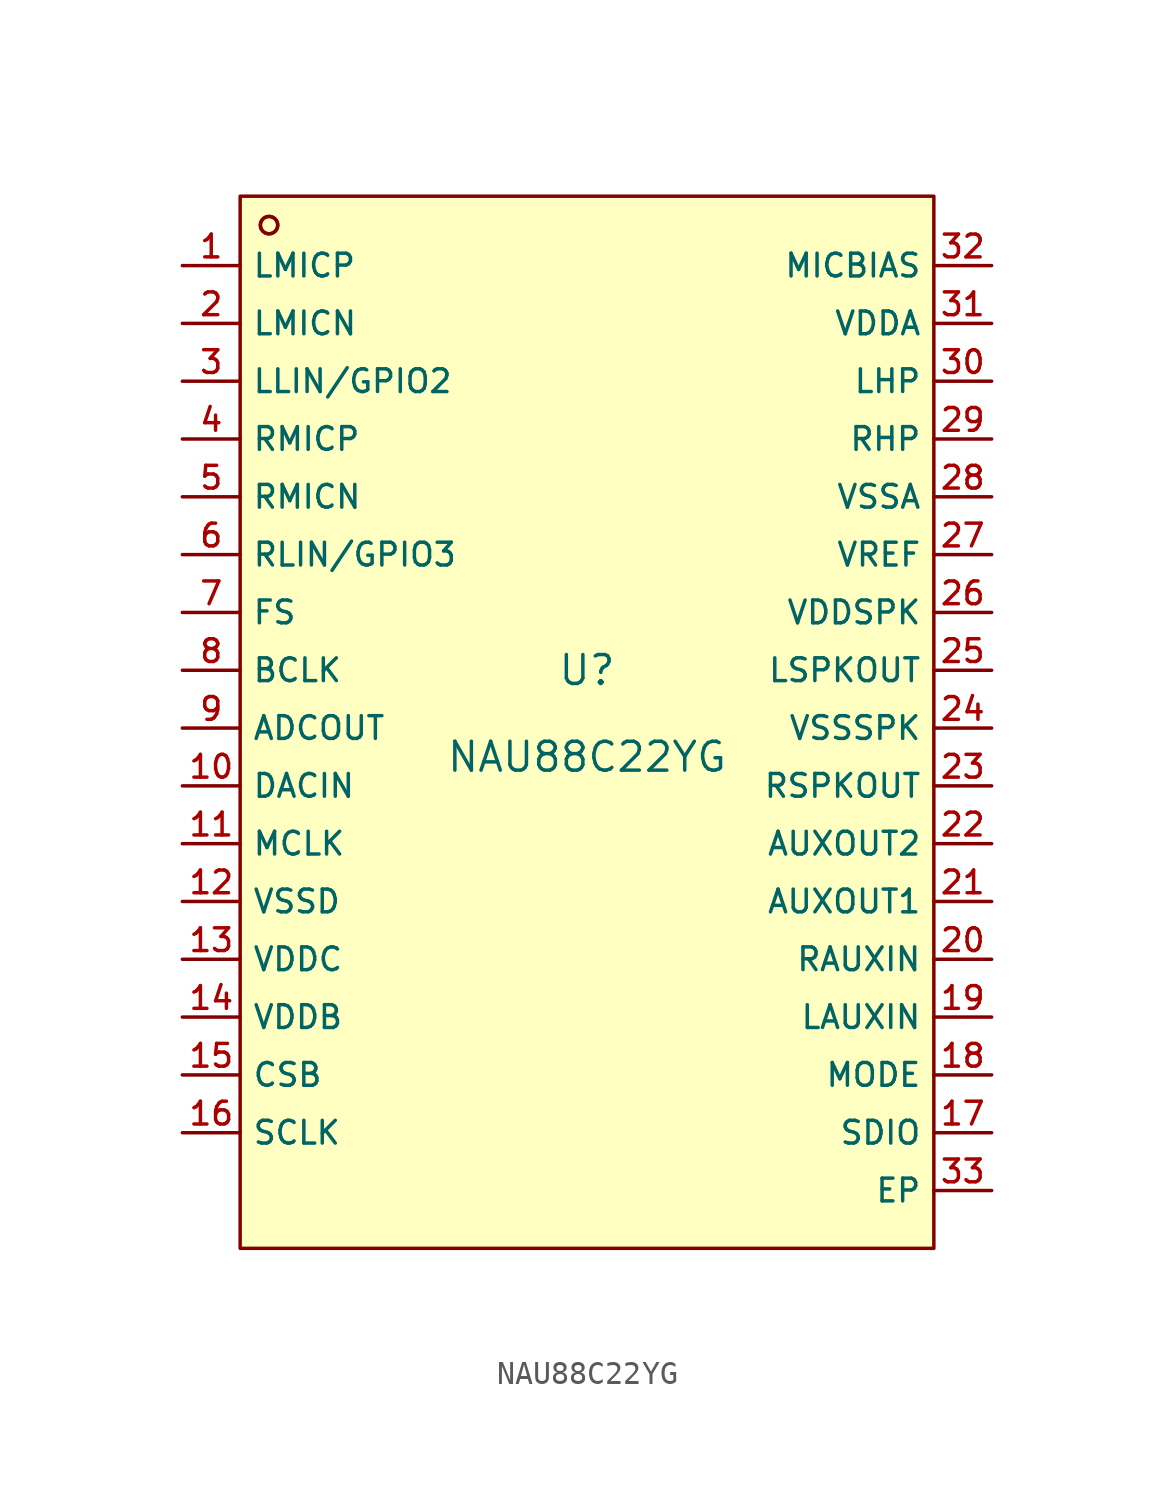
<source format=kicad_sym>
(kicad_symbol_lib
  (version 20210201)
  (generator TousstNicolas/JLC2KiCad_lib)
  (symbol "NAU88C22YG"
    (property "Reference" "U"
      (at 0 1.27 0)
      (effects (font (size 1.27 1.27))))
    (property "Value" "NAU88C22YG"
      (at 0 -2.54 0)
      (effects (font (size 1.27 1.27))))
    (symbol "NAU88C22YG_0_1"
      (circle (center -13.97 20.828) (radius 0.381) (stroke (width 0) (type default) (color 0 0 0 0)) (fill (type background)))
      (rectangle (start -15.24 22.098) (end 15.24 -24.13) (stroke (width 0) (type default) (color 0 0 0 0)) (fill (type background)))
      (circle (center -13.97 20.828) (radius 0.381) (stroke (width 0) (type default) (color 0 0 0 0)) (fill (type background)))
      (pin unspecified line (at -17.78 19.05 0) (length 2.54) (name "LMICP" (effects (font (size 1 1)))) (number "1" (effects (font (size 1 1)))))
      (pin unspecified line (at -17.78 16.51 0) (length 2.54) (name "LMICN" (effects (font (size 1 1)))) (number "2" (effects (font (size 1 1)))))
      (pin unspecified line (at -17.78 13.97 0) (length 2.54) (name "LLIN/GPIO2" (effects (font (size 1 1)))) (number "3" (effects (font (size 1 1)))))
      (pin unspecified line (at -17.78 11.43 0) (length 2.54) (name "RMICP" (effects (font (size 1 1)))) (number "4" (effects (font (size 1 1)))))
      (pin unspecified line (at -17.78 8.89 0) (length 2.54) (name "RMICN" (effects (font (size 1 1)))) (number "5" (effects (font (size 1 1)))))
      (pin unspecified line (at -17.78 6.35 0) (length 2.54) (name "RLIN/GPIO3" (effects (font (size 1 1)))) (number "6" (effects (font (size 1 1)))))
      (pin unspecified line (at -17.78 3.81 0) (length 2.54) (name "FS" (effects (font (size 1 1)))) (number "7" (effects (font (size 1 1)))))
      (pin unspecified line (at -17.78 1.27 0) (length 2.54) (name "BCLK" (effects (font (size 1 1)))) (number "8" (effects (font (size 1 1)))))
      (pin unspecified line (at -17.78 -1.27 0) (length 2.54) (name "ADCOUT" (effects (font (size 1 1)))) (number "9" (effects (font (size 1 1)))))
      (pin unspecified line (at -17.78 -3.81 0) (length 2.54) (name "DACIN" (effects (font (size 1 1)))) (number "10" (effects (font (size 1 1)))))
      (pin unspecified line (at -17.78 -6.35 0) (length 2.54) (name "MCLK" (effects (font (size 1 1)))) (number "11" (effects (font (size 1 1)))))
      (pin unspecified line (at -17.78 -8.89 0) (length 2.54) (name "VSSD" (effects (font (size 1 1)))) (number "12" (effects (font (size 1 1)))))
      (pin unspecified line (at -17.78 -11.43 0) (length 2.54) (name "VDDC" (effects (font (size 1 1)))) (number "13" (effects (font (size 1 1)))))
      (pin unspecified line (at -17.78 -13.97 0) (length 2.54) (name "VDDB" (effects (font (size 1 1)))) (number "14" (effects (font (size 1 1)))))
      (pin unspecified line (at -17.78 -16.51 0) (length 2.54) (name "CSB" (effects (font (size 1 1)))) (number "15" (effects (font (size 1 1)))))
      (pin unspecified line (at -17.78 -19.05 0) (length 2.54) (name "SCLK" (effects (font (size 1 1)))) (number "16" (effects (font (size 1 1)))))
      (pin unspecified line (at 17.78 -19.05 180) (length 2.54) (name "SDIO" (effects (font (size 1 1)))) (number "17" (effects (font (size 1 1)))))
      (pin unspecified line (at 17.78 -16.51 180) (length 2.54) (name "MODE" (effects (font (size 1 1)))) (number "18" (effects (font (size 1 1)))))
      (pin unspecified line (at 17.78 -13.97 180) (length 2.54) (name "LAUXIN" (effects (font (size 1 1)))) (number "19" (effects (font (size 1 1)))))
      (pin unspecified line (at 17.78 -11.43 180) (length 2.54) (name "RAUXIN" (effects (font (size 1 1)))) (number "20" (effects (font (size 1 1)))))
      (pin unspecified line (at 17.78 -8.89 180) (length 2.54) (name "AUXOUT1" (effects (font (size 1 1)))) (number "21" (effects (font (size 1 1)))))
      (pin unspecified line (at 17.78 -6.35 180) (length 2.54) (name "AUXOUT2" (effects (font (size 1 1)))) (number "22" (effects (font (size 1 1)))))
      (pin unspecified line (at 17.78 -3.81 180) (length 2.54) (name "RSPKOUT" (effects (font (size 1 1)))) (number "23" (effects (font (size 1 1)))))
      (pin unspecified line (at 17.78 -1.27 180) (length 2.54) (name "VSSSPK" (effects (font (size 1 1)))) (number "24" (effects (font (size 1 1)))))
      (pin unspecified line (at 17.78 1.27 180) (length 2.54) (name "LSPKOUT" (effects (font (size 1 1)))) (number "25" (effects (font (size 1 1)))))
      (pin unspecified line (at 17.78 3.81 180) (length 2.54) (name "VDDSPK" (effects (font (size 1 1)))) (number "26" (effects (font (size 1 1)))))
      (pin unspecified line (at 17.78 6.35 180) (length 2.54) (name "VREF" (effects (font (size 1 1)))) (number "27" (effects (font (size 1 1)))))
      (pin unspecified line (at 17.78 8.89 180) (length 2.54) (name "VSSA" (effects (font (size 1 1)))) (number "28" (effects (font (size 1 1)))))
      (pin unspecified line (at 17.78 11.43 180) (length 2.54) (name "RHP" (effects (font (size 1 1)))) (number "29" (effects (font (size 1 1)))))
      (pin unspecified line (at 17.78 13.97 180) (length 2.54) (name "LHP" (effects (font (size 1 1)))) (number "30" (effects (font (size 1 1)))))
      (pin unspecified line (at 17.78 16.51 180) (length 2.54) (name "VDDA" (effects (font (size 1 1)))) (number "31" (effects (font (size 1 1)))))
      (pin unspecified line (at 17.78 19.05 180) (length 2.54) (name "MICBIAS" (effects (font (size 1 1)))) (number "32" (effects (font (size 1 1)))))
      (pin unspecified line (at 17.78 -21.59 180) (length 2.54) (name "EP" (effects (font (size 1 1)))) (number "33" (effects (font (size 1 1))))))))
</source>
